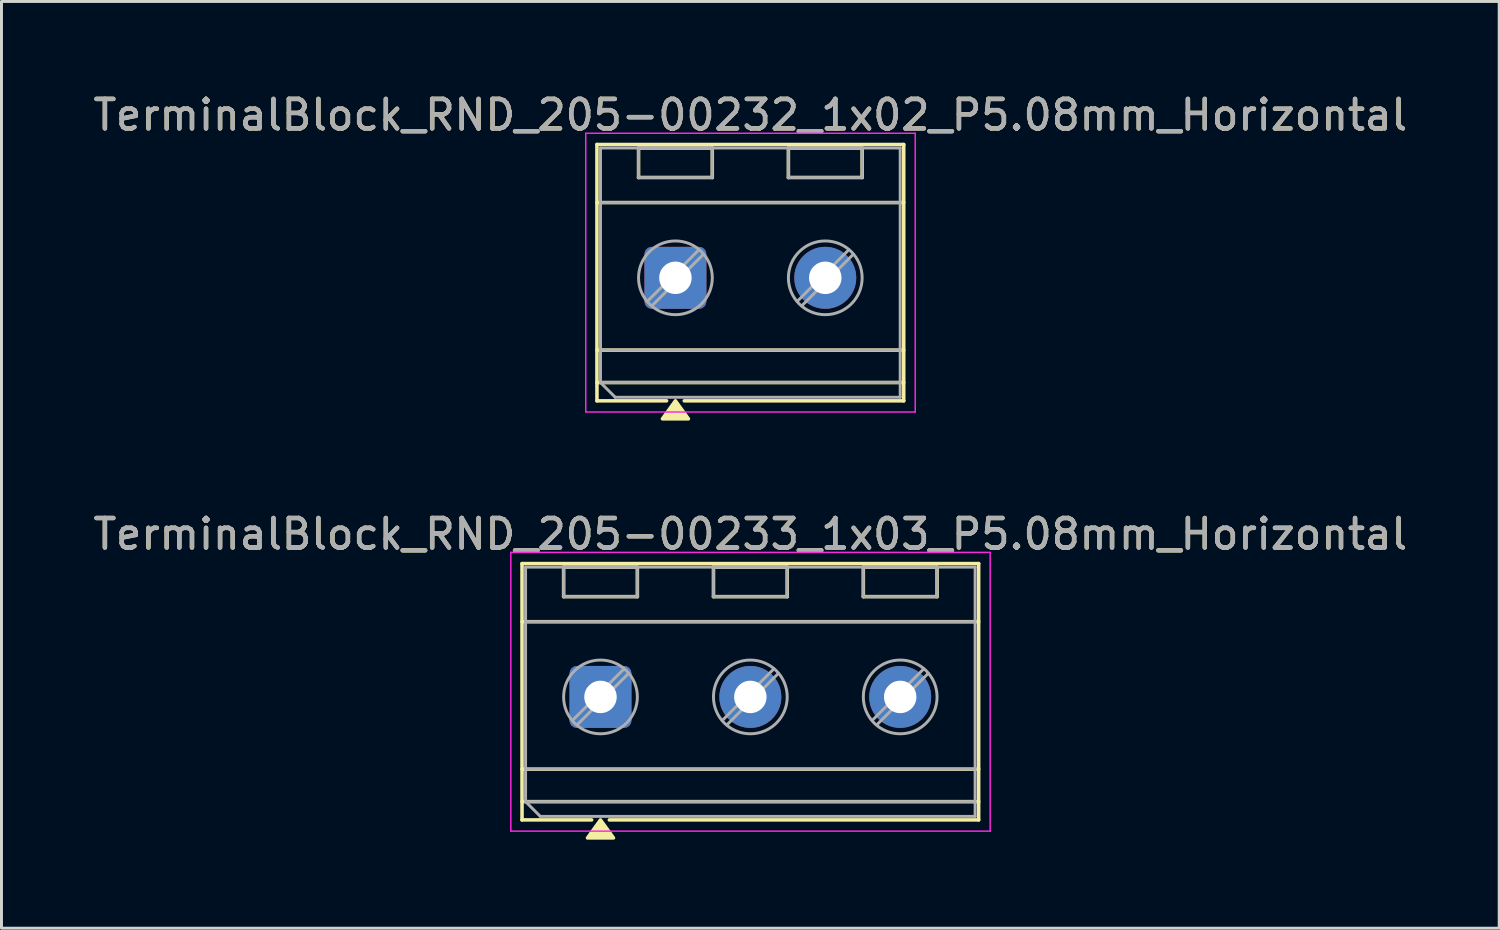
<source format=kicad_pcb>
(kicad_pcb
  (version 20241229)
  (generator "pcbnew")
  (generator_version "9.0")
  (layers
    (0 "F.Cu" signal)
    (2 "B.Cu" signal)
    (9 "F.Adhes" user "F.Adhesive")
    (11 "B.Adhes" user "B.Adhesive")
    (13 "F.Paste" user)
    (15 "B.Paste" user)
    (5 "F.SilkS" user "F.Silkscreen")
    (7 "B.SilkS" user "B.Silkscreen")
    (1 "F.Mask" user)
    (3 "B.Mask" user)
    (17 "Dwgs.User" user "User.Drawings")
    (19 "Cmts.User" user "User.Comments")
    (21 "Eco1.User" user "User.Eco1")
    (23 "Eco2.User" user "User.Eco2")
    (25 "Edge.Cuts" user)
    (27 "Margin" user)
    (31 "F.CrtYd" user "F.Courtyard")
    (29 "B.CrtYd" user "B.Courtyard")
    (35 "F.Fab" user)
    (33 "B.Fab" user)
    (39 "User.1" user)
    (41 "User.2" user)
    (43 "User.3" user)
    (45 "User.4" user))
  (footprint "TerminalBlock_RND_205-00233_1x03_P5.08mm_Horizontal"
    (layer "F.Cu")
    (at 17.307 20.576)
    (property "Reference" "TerminalBlock_RND_205-00233_1x03_P5.08mm_Horizontal" (at 5.08 -5.52 0) (layer "F.SilkS") (effects (font (size 1 1) (thickness 0.15))))
    (attr through_hole)
    (fp_line (start -2.66 -4.52) (end -2.66 4.17) (stroke (width 0.12) (type solid)) (layer "F.SilkS"))
    (fp_line (start -2.66 -4.52) (end 12.82 -4.52) (stroke (width 0.12) (type solid)) (layer "F.SilkS"))
    (fp_line (start -2.66 -2.55) (end 12.82 -2.55) (stroke (width 0.12) (type solid)) (layer "F.SilkS"))
    (fp_line (start -2.66 2.45) (end 12.82 2.45) (stroke (width 0.12) (type solid)) (layer "F.SilkS"))
    (fp_line (start -2.66 3.55) (end 12.82 3.55) (stroke (width 0.12) (type solid)) (layer "F.SilkS"))
    (fp_line (start -2.66 4.17) (end -0.3 4.17) (stroke (width 0.12) (type solid)) (layer "F.SilkS"))
    (fp_line (start -1.25 -4.4) (end -1.25 -3.4) (stroke (width 0.12) (type solid)) (layer "F.SilkS"))
    (fp_line (start -1.25 -4.4) (end 1.25 -4.4) (stroke (width 0.12) (type solid)) (layer "F.SilkS"))
    (fp_line (start -1.25 -3.4) (end 1.25 -3.4) (stroke (width 0.12) (type solid)) (layer "F.SilkS"))
    (fp_line (start 0.3 4.17) (end 12.82 4.17) (stroke (width 0.12) (type solid)) (layer "F.SilkS"))
    (fp_line (start 1.25 -4.4) (end 1.25 -3.4) (stroke (width 0.12) (type solid)) (layer "F.SilkS"))
    (fp_line (start 3.83 -4.4) (end 3.83 -3.4) (stroke (width 0.12) (type solid)) (layer "F.SilkS"))
    (fp_line (start 3.83 -4.4) (end 6.33 -4.4) (stroke (width 0.12) (type solid)) (layer "F.SilkS"))
    (fp_line (start 3.83 -3.4) (end 6.33 -3.4) (stroke (width 0.12) (type solid)) (layer "F.SilkS"))
    (fp_line (start 6.33 -4.4) (end 6.33 -3.4) (stroke (width 0.12) (type solid)) (layer "F.SilkS"))
    (fp_line (start 8.91 -4.4) (end 8.91 -3.4) (stroke (width 0.12) (type solid)) (layer "F.SilkS"))
    (fp_line (start 8.91 -4.4) (end 11.41 -4.4) (stroke (width 0.12) (type solid)) (layer "F.SilkS"))
    (fp_line (start 8.91 -3.4) (end 11.41 -3.4) (stroke (width 0.12) (type solid)) (layer "F.SilkS"))
    (fp_line (start 11.41 -4.4) (end 11.41 -3.4) (stroke (width 0.12) (type solid)) (layer "F.SilkS"))
    (fp_line (start 12.82 -4.52) (end 12.82 4.17) (stroke (width 0.12) (type solid)) (layer "F.SilkS"))
    (fp_poly (pts (xy 0 4.17) (xy 0.44 4.78) (xy -0.44 4.78)) (stroke (width 0.12) (type solid)) (fill yes) (layer "F.SilkS"))
    (fp_line (start -3.04 -4.9) (end -3.04 4.55) (stroke (width 0.05) (type solid)) (layer "F.CrtYd"))
    (fp_line (start -3.04 4.55) (end 13.21 4.55) (stroke (width 0.05) (type solid)) (layer "F.CrtYd"))
    (fp_line (start 13.21 -4.9) (end -3.04 -4.9) (stroke (width 0.05) (type solid)) (layer "F.CrtYd"))
    (fp_line (start 13.21 4.55) (end 13.21 -4.9) (stroke (width 0.05) (type solid)) (layer "F.CrtYd"))
    (fp_line (start -2.54 -4.4) (end 12.7 -4.4) (stroke (width 0.1) (type solid)) (layer "F.Fab"))
    (fp_line (start -2.54 -2.55) (end 12.7 -2.55) (stroke (width 0.1) (type solid)) (layer "F.Fab"))
    (fp_line (start -2.54 2.45) (end 12.7 2.45) (stroke (width 0.1) (type solid)) (layer "F.Fab"))
    (fp_line (start -2.54 3.55) (end -2.54 -4.4) (stroke (width 0.1) (type solid)) (layer "F.Fab"))
    (fp_line (start -2.54 3.55) (end 12.7 3.55) (stroke (width 0.1) (type solid)) (layer "F.Fab"))
    (fp_line (start -2.04 4.05) (end -2.54 3.55) (stroke (width 0.1) (type solid)) (layer "F.Fab"))
    (fp_line (start -1.25 -4.4) (end -1.25 -3.4) (stroke (width 0.1) (type solid)) (layer "F.Fab"))
    (fp_line (start -1.25 -3.4) (end 1.25 -3.4) (stroke (width 0.1) (type solid)) (layer "F.Fab"))
    (fp_line (start 0.795 -0.948) (end -0.948 0.795) (stroke (width 0.1) (type solid)) (layer "F.Fab"))
    (fp_line (start 0.948 -0.795) (end -0.795 0.948) (stroke (width 0.1) (type solid)) (layer "F.Fab"))
    (fp_line (start 1.25 -4.4) (end -1.25 -4.4) (stroke (width 0.1) (type solid)) (layer "F.Fab"))
    (fp_line (start 1.25 -3.4) (end 1.25 -4.4) (stroke (width 0.1) (type solid)) (layer "F.Fab"))
    (fp_line (start 3.83 -4.4) (end 3.83 -3.4) (stroke (width 0.1) (type solid)) (layer "F.Fab"))
    (fp_line (start 3.83 -3.4) (end 6.33 -3.4) (stroke (width 0.1) (type solid)) (layer "F.Fab"))
    (fp_line (start 5.875 -0.948) (end 4.132 0.795) (stroke (width 0.1) (type solid)) (layer "F.Fab"))
    (fp_line (start 6.028 -0.795) (end 4.285 0.948) (stroke (width 0.1) (type solid)) (layer "F.Fab"))
    (fp_line (start 6.33 -4.4) (end 3.83 -4.4) (stroke (width 0.1) (type solid)) (layer "F.Fab"))
    (fp_line (start 6.33 -3.4) (end 6.33 -4.4) (stroke (width 0.1) (type solid)) (layer "F.Fab"))
    (fp_line (start 8.91 -4.4) (end 8.91 -3.4) (stroke (width 0.1) (type solid)) (layer "F.Fab"))
    (fp_line (start 8.91 -3.4) (end 11.41 -3.4) (stroke (width 0.1) (type solid)) (layer "F.Fab"))
    (fp_line (start 10.955 -0.948) (end 9.212 0.795) (stroke (width 0.1) (type solid)) (layer "F.Fab"))
    (fp_line (start 11.108 -0.795) (end 9.365 0.948) (stroke (width 0.1) (type solid)) (layer "F.Fab"))
    (fp_line (start 11.41 -4.4) (end 8.91 -4.4) (stroke (width 0.1) (type solid)) (layer "F.Fab"))
    (fp_line (start 11.41 -3.4) (end 11.41 -4.4) (stroke (width 0.1) (type solid)) (layer "F.Fab"))
    (fp_line (start 12.7 -4.4) (end 12.7 4.05) (stroke (width 0.1) (type solid)) (layer "F.Fab"))
    (fp_line (start 12.7 4.05) (end -2.04 4.05) (stroke (width 0.1) (type solid)) (layer "F.Fab"))
    (fp_circle (center 0 0) (end 1.25 0) (stroke (width 0.1) (type solid)) (fill no) (layer "F.Fab"))
    (fp_circle (center 5.08 0) (end 6.33 0) (stroke (width 0.1) (type solid)) (fill no) (layer "F.Fab"))
    (fp_circle (center 10.16 0) (end 11.41 0) (stroke (width 0.1) (type solid)) (fill no) (layer "F.Fab"))
    (fp_text user "${REFERENCE}" (at 5.08 -5.52 0) (layer "F.Fab") (effects (font (size 1 1) (thickness 0.15))))
    (pad "1" thru_hole roundrect (at 0 0) (size 2.1 2.1) (drill 1.1) (layers "*.Cu" "*.Mask") (roundrect_rratio 0.119))
    (pad "2" thru_hole circle (at 5.08 0) (size 2.1 2.1) (drill 1.1) (layers "*.Cu" "*.Mask"))
    (pad "3" thru_hole circle (at 10.16 0) (size 2.1 2.1) (drill 1.1) (layers "*.Cu" "*.Mask")))
  (footprint "TerminalBlock_RND_205-00232_1x02_P5.08mm_Horizontal"
    (layer "F.Cu")
    (at 19.847 6.368)
    (property "Reference" "TerminalBlock_RND_205-00232_1x02_P5.08mm_Horizontal" (at 2.54 -5.52 0) (layer "F.SilkS") (effects (font (size 1 1) (thickness 0.15))))
    (attr through_hole)
    (fp_line (start -2.66 -4.52) (end -2.66 4.17) (stroke (width 0.12) (type solid)) (layer "F.SilkS"))
    (fp_line (start -2.66 -4.52) (end 7.74 -4.52) (stroke (width 0.12) (type solid)) (layer "F.SilkS"))
    (fp_line (start -2.66 -2.55) (end 7.74 -2.55) (stroke (width 0.12) (type solid)) (layer "F.SilkS"))
    (fp_line (start -2.66 2.45) (end 7.74 2.45) (stroke (width 0.12) (type solid)) (layer "F.SilkS"))
    (fp_line (start -2.66 3.55) (end 7.74 3.55) (stroke (width 0.12) (type solid)) (layer "F.SilkS"))
    (fp_line (start -2.66 4.17) (end -0.3 4.17) (stroke (width 0.12) (type solid)) (layer "F.SilkS"))
    (fp_line (start -1.25 -4.4) (end -1.25 -3.4) (stroke (width 0.12) (type solid)) (layer "F.SilkS"))
    (fp_line (start -1.25 -4.4) (end 1.25 -4.4) (stroke (width 0.12) (type solid)) (layer "F.SilkS"))
    (fp_line (start -1.25 -3.4) (end 1.25 -3.4) (stroke (width 0.12) (type solid)) (layer "F.SilkS"))
    (fp_line (start 0.3 4.17) (end 7.74 4.17) (stroke (width 0.12) (type solid)) (layer "F.SilkS"))
    (fp_line (start 1.25 -4.4) (end 1.25 -3.4) (stroke (width 0.12) (type solid)) (layer "F.SilkS"))
    (fp_line (start 3.83 -4.4) (end 3.83 -3.4) (stroke (width 0.12) (type solid)) (layer "F.SilkS"))
    (fp_line (start 3.83 -4.4) (end 6.33 -4.4) (stroke (width 0.12) (type solid)) (layer "F.SilkS"))
    (fp_line (start 3.83 -3.4) (end 6.33 -3.4) (stroke (width 0.12) (type solid)) (layer "F.SilkS"))
    (fp_line (start 6.33 -4.4) (end 6.33 -3.4) (stroke (width 0.12) (type solid)) (layer "F.SilkS"))
    (fp_line (start 7.74 -4.52) (end 7.74 4.17) (stroke (width 0.12) (type solid)) (layer "F.SilkS"))
    (fp_poly (pts (xy 0 4.17) (xy 0.44 4.78) (xy -0.44 4.78)) (stroke (width 0.12) (type solid)) (fill yes) (layer "F.SilkS"))
    (fp_line (start -3.04 -4.9) (end -3.04 4.55) (stroke (width 0.05) (type solid)) (layer "F.CrtYd"))
    (fp_line (start -3.04 4.55) (end 8.13 4.55) (stroke (width 0.05) (type solid)) (layer "F.CrtYd"))
    (fp_line (start 8.13 -4.9) (end -3.04 -4.9) (stroke (width 0.05) (type solid)) (layer "F.CrtYd"))
    (fp_line (start 8.13 4.55) (end 8.13 -4.9) (stroke (width 0.05) (type solid)) (layer "F.CrtYd"))
    (fp_line (start -2.54 -4.4) (end 7.62 -4.4) (stroke (width 0.1) (type solid)) (layer "F.Fab"))
    (fp_line (start -2.54 -2.55) (end 7.62 -2.55) (stroke (width 0.1) (type solid)) (layer "F.Fab"))
    (fp_line (start -2.54 2.45) (end 7.62 2.45) (stroke (width 0.1) (type solid)) (layer "F.Fab"))
    (fp_line (start -2.54 3.55) (end -2.54 -4.4) (stroke (width 0.1) (type solid)) (layer "F.Fab"))
    (fp_line (start -2.54 3.55) (end 7.62 3.55) (stroke (width 0.1) (type solid)) (layer "F.Fab"))
    (fp_line (start -2.04 4.05) (end -2.54 3.55) (stroke (width 0.1) (type solid)) (layer "F.Fab"))
    (fp_line (start -1.25 -4.4) (end -1.25 -3.4) (stroke (width 0.1) (type solid)) (layer "F.Fab"))
    (fp_line (start -1.25 -3.4) (end 1.25 -3.4) (stroke (width 0.1) (type solid)) (layer "F.Fab"))
    (fp_line (start 0.795 -0.948) (end -0.948 0.795) (stroke (width 0.1) (type solid)) (layer "F.Fab"))
    (fp_line (start 0.948 -0.795) (end -0.795 0.948) (stroke (width 0.1) (type solid)) (layer "F.Fab"))
    (fp_line (start 1.25 -4.4) (end -1.25 -4.4) (stroke (width 0.1) (type solid)) (layer "F.Fab"))
    (fp_line (start 1.25 -3.4) (end 1.25 -4.4) (stroke (width 0.1) (type solid)) (layer "F.Fab"))
    (fp_line (start 3.83 -4.4) (end 3.83 -3.4) (stroke (width 0.1) (type solid)) (layer "F.Fab"))
    (fp_line (start 3.83 -3.4) (end 6.33 -3.4) (stroke (width 0.1) (type solid)) (layer "F.Fab"))
    (fp_line (start 5.875 -0.948) (end 4.132 0.795) (stroke (width 0.1) (type solid)) (layer "F.Fab"))
    (fp_line (start 6.028 -0.795) (end 4.285 0.948) (stroke (width 0.1) (type solid)) (layer "F.Fab"))
    (fp_line (start 6.33 -4.4) (end 3.83 -4.4) (stroke (width 0.1) (type solid)) (layer "F.Fab"))
    (fp_line (start 6.33 -3.4) (end 6.33 -4.4) (stroke (width 0.1) (type solid)) (layer "F.Fab"))
    (fp_line (start 7.62 -4.4) (end 7.62 4.05) (stroke (width 0.1) (type solid)) (layer "F.Fab"))
    (fp_line (start 7.62 4.05) (end -2.04 4.05) (stroke (width 0.1) (type solid)) (layer "F.Fab"))
    (fp_circle (center 0 0) (end 1.25 0) (stroke (width 0.1) (type solid)) (fill no) (layer "F.Fab"))
    (fp_circle (center 5.08 0) (end 6.33 0) (stroke (width 0.1) (type solid)) (fill no) (layer "F.Fab"))
    (fp_text user "${REFERENCE}" (at 2.54 -5.52 0) (layer "F.Fab") (effects (font (size 1 1) (thickness 0.15))))
    (pad "1" thru_hole roundrect (at 0 0) (size 2.1 2.1) (drill 1.1) (layers "*.Cu" "*.Mask") (roundrect_rratio 0.119))
    (pad "2" thru_hole circle (at 5.08 0) (size 2.1 2.1) (drill 1.1) (layers "*.Cu" "*.Mask")))
  (gr_rect
    (start -3 -3)
    (end 47.774 28.416)
    (stroke (width 0.1) (type default))
    (fill no)
    (layer "Edge.Cuts")))
</source>
